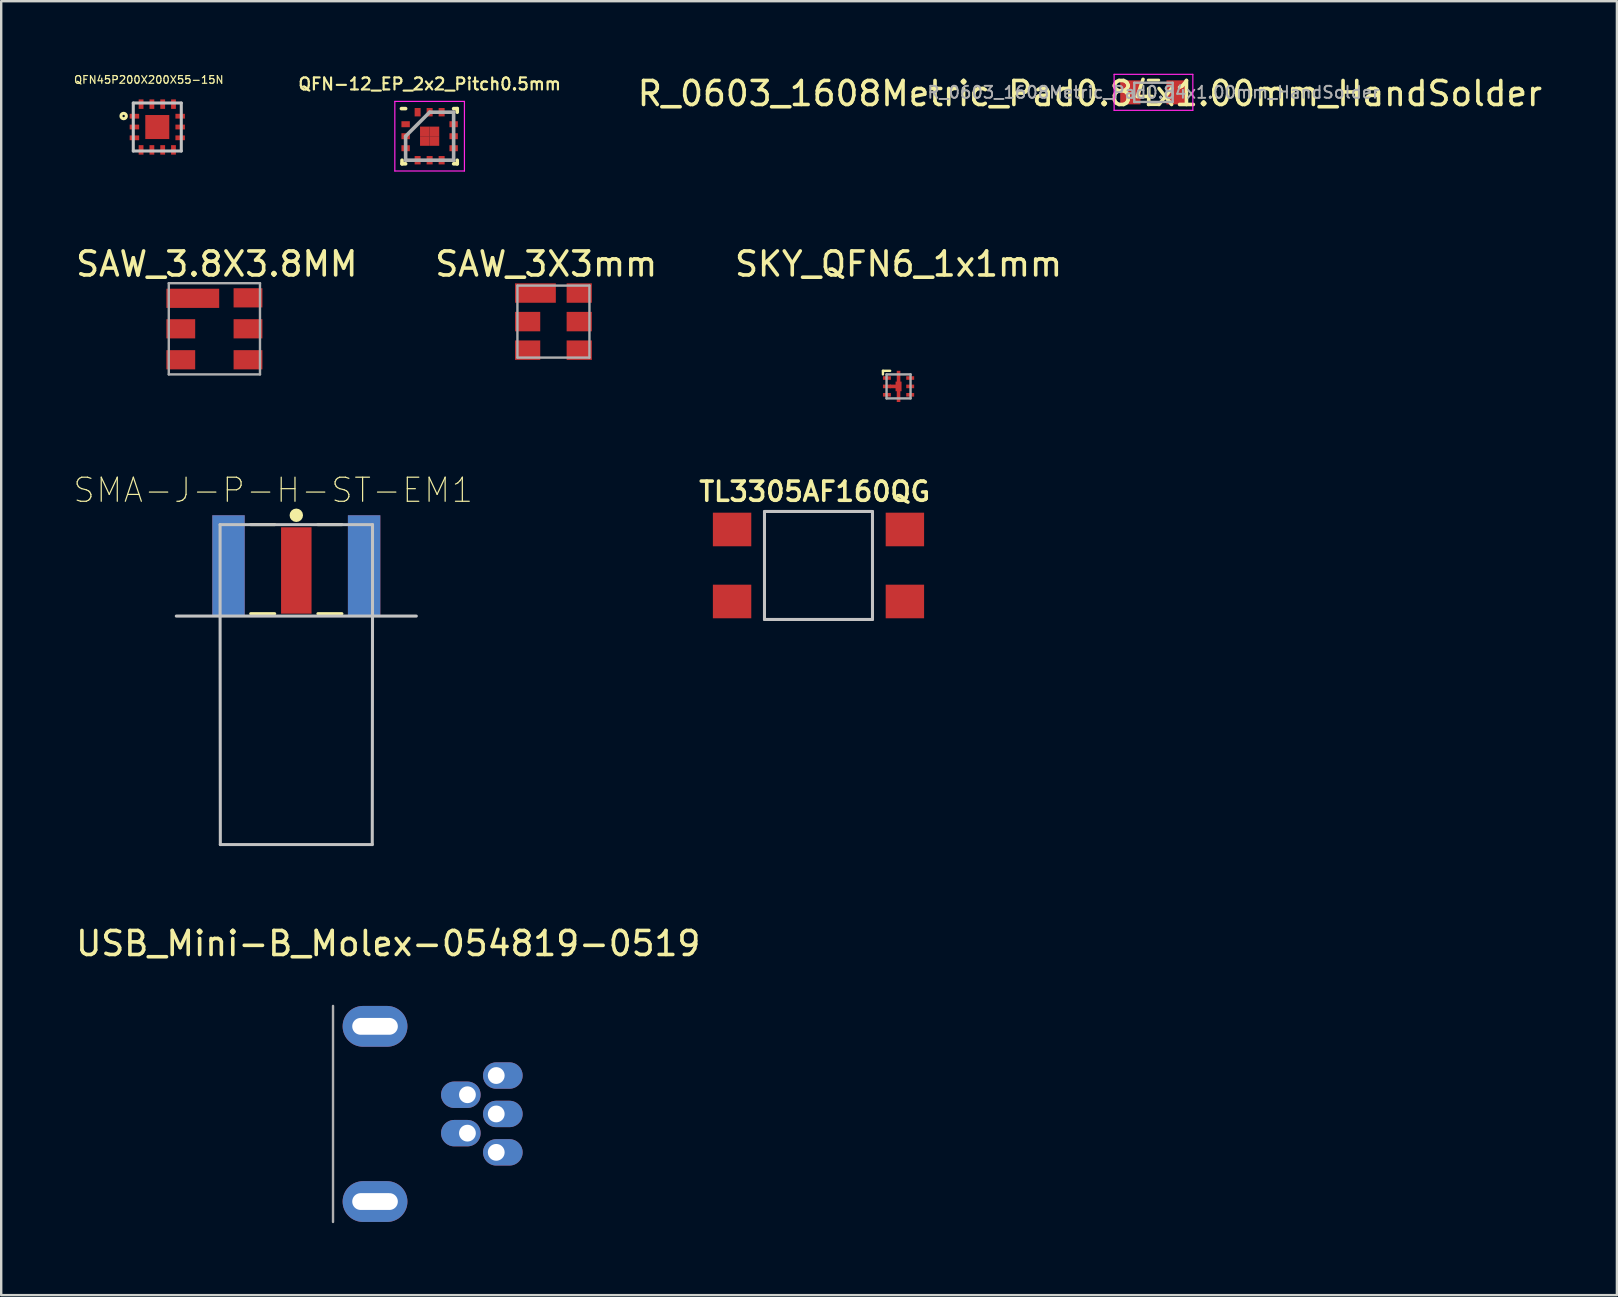
<source format=kicad_pcb>
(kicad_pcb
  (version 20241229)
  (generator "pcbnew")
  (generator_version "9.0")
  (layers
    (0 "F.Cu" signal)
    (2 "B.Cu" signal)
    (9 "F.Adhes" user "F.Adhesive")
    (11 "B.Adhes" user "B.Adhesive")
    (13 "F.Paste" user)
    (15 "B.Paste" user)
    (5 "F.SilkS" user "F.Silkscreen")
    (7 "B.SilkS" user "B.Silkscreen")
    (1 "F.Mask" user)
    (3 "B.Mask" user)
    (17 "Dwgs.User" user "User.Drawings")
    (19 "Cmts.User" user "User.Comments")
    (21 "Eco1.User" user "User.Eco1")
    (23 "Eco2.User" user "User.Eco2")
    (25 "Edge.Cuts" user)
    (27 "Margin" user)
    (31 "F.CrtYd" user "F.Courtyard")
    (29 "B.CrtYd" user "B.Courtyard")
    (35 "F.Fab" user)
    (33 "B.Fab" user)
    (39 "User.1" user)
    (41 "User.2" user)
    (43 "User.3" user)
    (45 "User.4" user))
  (footprint "SKY_QFN6_1x1mm"
    (layer "F.Cu")
    (at 34.387 13.049)
    (property "Reference" "SKY_QFN6_1x1mm" (at 0 -5.1 0) (layer "F.SilkS") (effects (font (size 1 1) (thickness 0.15))))
    (attr through_hole)
    (fp_line (start -0.65 -0.65) (end -0.65 -0.5) (stroke (width 0.1) (type solid)) (layer "F.SilkS"))
    (fp_line (start -0.35 -0.65) (end -0.65 -0.65) (stroke (width 0.1) (type solid)) (layer "F.SilkS"))
    (fp_line (start -0.5 -0.5) (end -0.5 0.5) (stroke (width 0.1) (type solid)) (layer "F.Fab"))
    (fp_line (start -0.5 -0.5) (end 0.5 -0.5) (stroke (width 0.1) (type solid)) (layer "F.Fab"))
    (fp_line (start -0.5 0.5) (end 0.5 0.5) (stroke (width 0.1) (type solid)) (layer "F.Fab"))
    (fp_line (start 0.5 -0.5) (end 0.5 0.5) (stroke (width 0.1) (type solid)) (layer "F.Fab"))
    (pad "1" smd rect (at -0.485 -0.35 90) (size 0.15 0.33) (layers "F.Cu" "F.Mask" "F.Paste"))
    (pad "2" smd rect (at -0.485 0 90) (size 0.15 0.33) (layers "F.Cu" "F.Mask" "F.Paste"))
    (pad "2" smd rect (at -0.2 0 90) (size 0.15 0.33) (layers "F.Cu" "F.Mask" "F.Paste"))
    (pad "2" smd rect (at 0 -0.4 180) (size 0.15 0.5) (layers "F.Cu" "F.Mask" "F.Paste"))
    (pad "2" smd rect (at 0 0 180) (size 0.25 0.4) (layers "F.Cu" "F.Mask" "F.Paste"))
    (pad "2" smd rect (at 0 0.4 180) (size 0.15 0.5) (layers "F.Cu" "F.Mask" "F.Paste"))
    (pad "3" smd rect (at -0.485 0.35 90) (size 0.15 0.33) (layers "F.Cu" "F.Mask" "F.Paste"))
    (pad "4" smd rect (at 0.485 0.35 90) (size 0.15 0.33) (layers "F.Cu" "F.Mask" "F.Paste"))
    (pad "5" smd rect (at 0.485 0 90) (size 0.15 0.33) (layers "F.Cu" "F.Mask" "F.Paste"))
    (pad "6" smd rect (at 0.485 -0.35 90) (size 0.15 0.33) (layers "F.Cu" "F.Mask" "F.Paste")))
  (footprint "R_0603_1608Metric_Pad0.84x1.00mm_HandSolder"
    (layer "F.Cu")
    (at 45.008 0.798)
    (property "Reference" "R_0603_1608Metric_Pad0.84x1.00mm_HandSolder" (at -2.65 0.05 0) (layer "F.SilkS") (effects (font (size 1 1) (thickness 0.15))))
    (attr smd)
    (fp_line (start -0.22 -0.51) (end 0.22 -0.51) (stroke (width 0.12) (type solid)) (layer "F.SilkS"))
    (fp_line (start -0.22 0.51) (end 0.22 0.51) (stroke (width 0.12) (type solid)) (layer "F.SilkS"))
    (fp_line (start -1.64 -0.75) (end 1.64 -0.75) (stroke (width 0.05) (type solid)) (layer "F.CrtYd"))
    (fp_line (start -1.64 0.75) (end -1.64 -0.75) (stroke (width 0.05) (type solid)) (layer "F.CrtYd"))
    (fp_line (start 1.64 -0.75) (end 1.64 0.75) (stroke (width 0.05) (type solid)) (layer "F.CrtYd"))
    (fp_line (start 1.64 0.75) (end -1.64 0.75) (stroke (width 0.05) (type solid)) (layer "F.CrtYd"))
    (fp_line (start -0.8 -0.4) (end 0.8 -0.4) (stroke (width 0.1) (type solid)) (layer "F.Fab"))
    (fp_line (start -0.8 0.4) (end -0.8 -0.4) (stroke (width 0.1) (type solid)) (layer "F.Fab"))
    (fp_line (start 0.8 -0.4) (end 0.8 0.4) (stroke (width 0.1) (type solid)) (layer "F.Fab"))
    (fp_line (start 0.8 0.4) (end -0.8 0.4) (stroke (width 0.1) (type solid)) (layer "F.Fab"))
    (fp_text user "${REFERENCE}" (at 0 0 0) (layer "F.Fab") (effects (font (size 0.5 0.5) (thickness 0.08))))
    (pad "1" smd rect (at -0.963 0) (size 0.845 1) (layers "F.Cu" "F.Mask" "F.Paste"))
    (pad "2" smd rect (at 0.963 0) (size 0.845 1) (layers "F.Cu" "F.Mask" "F.Paste")))
  (footprint "QFN-12_EP_2x2_Pitch0.5mm"
    (layer "F.Cu")
    (at 14.85 2.625)
    (property "Reference" "QFN-12_EP_2x2_Pitch0.5mm" (at 0 -2.175 0) (layer "F.SilkS") (effects (font (size 0.5 0.5) (thickness 0.09))))
    (attr smd)
    (fp_line (start -1.15 1.15) (end -1.15 1) (stroke (width 0.15) (type solid)) (layer "F.SilkS"))
    (fp_line (start -1 -1.15) (end -1.175 -1.15) (stroke (width 0.15) (type solid)) (layer "F.SilkS"))
    (fp_line (start -1 1.15) (end -1.15 1.15) (stroke (width 0.15) (type solid)) (layer "F.SilkS"))
    (fp_line (start 1 -1.15) (end 1.15 -1.15) (stroke (width 0.15) (type solid)) (layer "F.SilkS"))
    (fp_line (start 1 1.15) (end 1.15 1.15) (stroke (width 0.15) (type solid)) (layer "F.SilkS"))
    (fp_line (start 1.15 -1.15) (end 1.15 -1) (stroke (width 0.15) (type solid)) (layer "F.SilkS"))
    (fp_line (start 1.15 1.15) (end 1.15 1) (stroke (width 0.15) (type solid)) (layer "F.SilkS"))
    (fp_line (start -1.45 -1.45) (end 1.45 -1.45) (stroke (width 0.05) (type solid)) (layer "F.CrtYd"))
    (fp_line (start -1.45 1.45) (end -1.45 -1.45) (stroke (width 0.05) (type solid)) (layer "F.CrtYd"))
    (fp_line (start 1.45 -1.45) (end 1.45 1.45) (stroke (width 0.05) (type solid)) (layer "F.CrtYd"))
    (fp_line (start 1.45 1.45) (end -1.45 1.45) (stroke (width 0.05) (type solid)) (layer "F.CrtYd"))
    (fp_line (start -1 0) (end -1 1) (stroke (width 0.15) (type solid)) (layer "F.Fab"))
    (fp_line (start -1 1) (end 1 1) (stroke (width 0.15) (type solid)) (layer "F.Fab"))
    (fp_line (start 0 -1) (end -1 0) (stroke (width 0.15) (type solid)) (layer "F.Fab"))
    (fp_line (start 1 -1) (end 0 -1) (stroke (width 0.15) (type solid)) (layer "F.Fab"))
    (fp_line (start 1 1) (end 1 -1) (stroke (width 0.15) (type solid)) (layer "F.Fab"))
    (pad "1" smd rect (at -1 -0.5 90) (size 0.25 0.35) (layers "F.Cu" "F.Mask" "F.Paste"))
    (pad "2" smd rect (at -1 0 90) (size 0.25 0.35) (layers "F.Cu" "F.Mask" "F.Paste"))
    (pad "3" smd rect (at -1 0.5 90) (size 0.25 0.35) (layers "F.Cu" "F.Mask" "F.Paste"))
    (pad "4" smd rect (at -0.5 1) (size 0.25 0.35) (layers "F.Cu" "F.Mask" "F.Paste"))
    (pad "5" smd rect (at 0 1) (size 0.25 0.35) (layers "F.Cu" "F.Mask" "F.Paste"))
    (pad "6" smd rect (at 0.5 1) (size 0.25 0.35) (layers "F.Cu" "F.Mask" "F.Paste"))
    (pad "7" smd rect (at 1 0.5 90) (size 0.25 0.35) (layers "F.Cu" "F.Mask" "F.Paste"))
    (pad "8" smd rect (at 1 0 90) (size 0.25 0.35) (layers "F.Cu" "F.Mask" "F.Paste"))
    (pad "9" smd rect (at 1 -0.5 90) (size 0.25 0.35) (layers "F.Cu" "F.Mask" "F.Paste"))
    (pad "10" smd rect (at 0.5 -1) (size 0.25 0.35) (layers "F.Cu" "F.Mask" "F.Paste"))
    (pad "11" smd rect (at 0 -1) (size 0.25 0.35) (layers "F.Cu" "F.Mask" "F.Paste"))
    (pad "12" smd rect (at -0.5 -1) (size 0.25 0.35) (layers "F.Cu" "F.Mask" "F.Paste"))
    (pad "13" smd rect (at -0.2 -0.2) (size 0.4 0.4) (layers "F.Cu" "F.Mask" "F.Paste"))
    (pad "13" smd rect (at -0.2 0.2) (size 0.4 0.4) (layers "F.Cu" "F.Mask" "F.Paste"))
    (pad "13" smd rect (at 0.2 -0.2) (size 0.4 0.4) (layers "F.Cu" "F.Mask" "F.Paste"))
    (pad "13" smd rect (at 0.2 0.2) (size 0.4 0.4) (layers "F.Cu" "F.Mask" "F.Paste")))
  (footprint "SAW_3.8X3.8MM"
    (layer "F.Cu")
    (at 5.882 10.649)
    (property "Reference" "SAW_3.8X3.8MM" (at 0.1 -2.7 0) (layer "F.SilkS") (effects (font (size 1 1) (thickness 0.15))))
    (attr through_hole)
    (fp_line (start -1.9 -1.9) (end -1.9 1.9) (stroke (width 0.1) (type solid)) (layer "F.Fab"))
    (fp_line (start -1.9 1.9) (end 1.9 1.9) (stroke (width 0.1) (type solid)) (layer "F.Fab"))
    (fp_line (start 1.9 -1.9) (end -1.9 -1.9) (stroke (width 0.1) (type solid)) (layer "F.Fab"))
    (fp_line (start 1.9 1.9) (end 1.9 -1.9) (stroke (width 0.1) (type solid)) (layer "F.Fab"))
    (pad "1" smd rect (at -0.9 -1.27) (size 2.2 0.8) (layers "F.Cu" "F.Mask" "F.Paste"))
    (pad "2" smd rect (at -1.4 0) (size 1.2 0.8) (layers "F.Cu" "F.Mask" "F.Paste"))
    (pad "3" smd rect (at -1.4 1.29) (size 1.2 0.8) (layers "F.Cu" "F.Mask" "F.Paste"))
    (pad "4" smd rect (at 1.4 1.29) (size 1.2 0.8) (layers "F.Cu" "F.Mask" "F.Paste"))
    (pad "5" smd rect (at 1.4 0) (size 1.2 0.8) (layers "F.Cu" "F.Mask" "F.Paste"))
    (pad "6" smd rect (at 1.4 -1.29) (size 1.2 0.8) (layers "F.Cu" "F.Mask" "F.Paste")))
  (footprint "USB_Mini-B_Molex-054819-0519"
    (layer "F.Cu")
    (at 10.825 43.361)
    (property "Reference" "USB_Mini-B_Molex-054819-0519" (at 2.3 -7.1 0) (layer "F.SilkS") (effects (font (size 1 1) (thickness 0.15))))
    (attr through_hole)
    (fp_line (start 0 -4.5) (end 0 4.5) (stroke (width 0.1) (type solid)) (layer "F.Fab"))
    (pad "1" thru_hole oval (at 6.8 -1.6 90) (size 1.1 1.65) (drill 0.7 (offset 0 0.275)) (layers "*.Cu" "*.Mask"))
    (pad "2" thru_hole oval (at 5.6 -0.8 270) (size 1.1 1.65) (drill 0.7 (offset 0 0.275)) (layers "*.Cu" "*.Mask"))
    (pad "3" thru_hole oval (at 6.8 0 90) (size 1.1 1.65) (drill 0.7 (offset 0 0.275)) (layers "*.Cu" "*.Mask"))
    (pad "4" thru_hole oval (at 5.6 0.8 270) (size 1.1 1.65) (drill 0.7 (offset 0 0.275)) (layers "*.Cu" "*.Mask"))
    (pad "5" thru_hole oval (at 6.8 1.6 90) (size 1.1 1.65) (drill 0.7 (offset 0 0.275)) (layers "*.Cu" "*.Mask"))
    (pad "6" thru_hole oval (at 1.75 -3.65 180) (size 2.7 1.7) (drill oval 1.9 0.7) (layers "*.Cu" "*.Mask"))
    (pad "6" thru_hole oval (at 1.75 3.65 180) (size 2.7 1.7) (drill oval 1.9 0.7) (layers "*.Cu" "*.Mask")))
  (footprint "SAW_3X3mm"
    (layer "F.Cu")
    (at 20.008 10.349)
    (property "Reference" "SAW_3X3mm" (at -0.3 -2.4 0) (layer "F.SilkS") (effects (font (size 1 1) (thickness 0.15))))
    (attr through_hole)
    (fp_line (start -1.5 -1.5) (end -1.5 1.5) (stroke (width 0.1) (type solid)) (layer "F.Fab"))
    (fp_line (start -1.5 1.5) (end 1.5 1.5) (stroke (width 0.1) (type solid)) (layer "F.Fab"))
    (fp_line (start 1.5 -1.5) (end -1.5 -1.5) (stroke (width 0.1) (type solid)) (layer "F.Fab"))
    (fp_line (start 1.5 1.5) (end 1.5 -1.5) (stroke (width 0.1) (type solid)) (layer "F.Fab"))
    (pad "1" smd rect (at -0.75 -1.19) (size 1.7 0.81) (layers "F.Cu" "F.Mask" "F.Paste"))
    (pad "2" smd rect (at -1.075 0) (size 1.05 0.81) (layers "F.Cu" "F.Mask" "F.Paste"))
    (pad "3" smd rect (at -1.075 1.19) (size 1.05 0.81) (layers "F.Cu" "F.Mask" "F.Paste"))
    (pad "4" smd rect (at 1.075 1.19) (size 1.05 0.81) (layers "F.Cu" "F.Mask" "F.Paste"))
    (pad "5" smd rect (at 1.075 0) (size 1.05 0.81) (layers "F.Cu" "F.Mask" "F.Paste"))
    (pad "6" smd rect (at 1.075 -1.19) (size 1.05 0.81) (layers "F.Cu" "F.Mask" "F.Paste")))
  (footprint "QFN45P200X200X55-15N"
    (layer "F.Cu")
    (at 3.503 2.242)
    (property "Reference" "QFN45P200X200X55-15N" (at -0.353 -1.968 0) (layer "F.SilkS") (effects (font (size 0.318 0.318) (thickness 0.05))))
    (attr smd)
    (fp_circle (center -1.401 -0.458) (end -1.351 -0.458) (stroke (width 0.127) (type solid)) (fill no) (layer "F.SilkS"))
    (fp_line (start -1 -1) (end 1 -1) (stroke (width 0.127) (type solid)) (layer "Dwgs.User"))
    (fp_line (start -1 1) (end -1 -1) (stroke (width 0.127) (type solid)) (layer "Dwgs.User"))
    (fp_line (start 1 -1) (end 1 1) (stroke (width 0.127) (type solid)) (layer "Dwgs.User"))
    (fp_line (start 1 1) (end -1 1) (stroke (width 0.127) (type solid)) (layer "Dwgs.User"))
    (fp_line (start -1.4 -1.4) (end 1.4 -1.4) (stroke (width 0.05) (type solid)) (layer "Eco1.User"))
    (fp_line (start -1.4 1.4) (end -1.4 -1.4) (stroke (width 0.05) (type solid)) (layer "Eco1.User"))
    (fp_line (start 1.4 -1.4) (end 1.4 1.4) (stroke (width 0.05) (type solid)) (layer "Eco1.User"))
    (fp_line (start 1.4 1.4) (end -1.4 1.4) (stroke (width 0.05) (type solid)) (layer "Eco1.User"))
    (pad "1" smd rect (at -0.953 -0.45 180) (size 0.395 0.2) (layers "F.Cu" "F.Mask" "F.Paste"))
    (pad "2" smd rect (at -0.953 0 180) (size 0.395 0.2) (layers "F.Cu" "F.Mask" "F.Paste"))
    (pad "3" smd rect (at -0.953 0.45 180) (size 0.395 0.2) (layers "F.Cu" "F.Mask" "F.Paste"))
    (pad "4" smd rect (at -0.675 0.953 270) (size 0.395 0.2) (layers "F.Cu" "F.Mask" "F.Paste"))
    (pad "5" smd rect (at -0.225 0.953 90) (size 0.395 0.2) (layers "F.Cu" "F.Mask" "F.Paste"))
    (pad "6" smd rect (at 0.225 0.953 90) (size 0.395 0.2) (layers "F.Cu" "F.Mask" "F.Paste"))
    (pad "7" smd rect (at 0.675 0.953 90) (size 0.395 0.2) (layers "F.Cu" "F.Mask" "F.Paste"))
    (pad "8" smd rect (at 0.953 0.45 180) (size 0.395 0.2) (layers "F.Cu" "F.Mask" "F.Paste"))
    (pad "9" smd rect (at 0.953 0 180) (size 0.395 0.2) (layers "F.Cu" "F.Mask" "F.Paste"))
    (pad "10" smd rect (at 0.953 -0.45 180) (size 0.395 0.2) (layers "F.Cu" "F.Mask" "F.Paste"))
    (pad "11" smd rect (at 0.675 -0.953 90) (size 0.395 0.2) (layers "F.Cu" "F.Mask" "F.Paste"))
    (pad "12" smd rect (at 0.225 -0.953 90) (size 0.395 0.2) (layers "F.Cu" "F.Mask" "F.Paste"))
    (pad "13" smd rect (at -0.225 -0.953 90) (size 0.395 0.2) (layers "F.Cu" "F.Mask" "F.Paste"))
    (pad "14" smd rect (at -0.675 -0.953 90) (size 0.395 0.2) (layers "F.Cu" "F.Mask" "F.Paste"))
    (pad "15" smd rect (at 0 0) (size 1 1) (layers "F.Cu" "F.Mask" "F.Paste")))
  (footprint "TL3305AF160QG"
    (layer "F.Cu")
    (at 31.051 20.51)
    (property "Reference" "TL3305AF160QG" (at -0.16 -3.08 0) (layer "F.SilkS") (effects (font (size 0.8 0.8) (thickness 0.15))))
    (attr smd)
    (fp_line (start -2.25 -2.25) (end -2.25 2.25) (stroke (width 0.127) (type solid)) (layer "Dwgs.User"))
    (fp_line (start -2.25 2.25) (end 2.25 2.25) (stroke (width 0.127) (type solid)) (layer "Dwgs.User"))
    (fp_line (start 2.25 -2.25) (end -2.25 -2.25) (stroke (width 0.127) (type solid)) (layer "Dwgs.User"))
    (fp_line (start 2.25 2.25) (end 2.25 -2.25) (stroke (width 0.127) (type solid)) (layer "Dwgs.User"))
    (pad "1" smd rect (at 3.6 1.5) (size 1.6 1.4) (layers "F.Cu" "F.Mask" "F.Paste"))
    (pad "2" smd rect (at -3.6 1.5) (size 1.6 1.4) (layers "F.Cu" "F.Mask" "F.Paste"))
    (pad "3" smd rect (at 3.6 -1.5) (size 1.6 1.4) (layers "F.Cu" "F.Mask" "F.Paste"))
    (pad "4" smd rect (at -3.6 -1.5) (size 1.6 1.4) (layers "F.Cu" "F.Mask" "F.Paste")))
  (footprint "SMA-J-P-H-ST-EM1"
    (layer "F.Cu")
    (at 9.295 20.718)
    (property "Reference" "SMA-J-P-H-ST-EM1" (at -0.963 -3.345 0) (layer "F.SilkS") (effects (font (size 1.003 1.003) (thickness 0.05))))
    (attr smd)
    (fp_line (start -1.9 -1.91) (end -0.9 -1.91) (stroke (width 0.127) (type solid)) (layer "F.SilkS"))
    (fp_line (start -1.9 1.8) (end -0.9 1.8) (stroke (width 0.127) (type solid)) (layer "F.SilkS"))
    (fp_line (start 0.9 -1.91) (end 1.9 -1.91) (stroke (width 0.127) (type solid)) (layer "F.SilkS"))
    (fp_line (start 0.9 1.8) (end 1.9 1.8) (stroke (width 0.127) (type solid)) (layer "F.SilkS"))
    (fp_circle (center 0 -2.3) (end 0.14 -2.3) (stroke (width 0.28) (type solid)) (fill no) (layer "F.SilkS"))
    (fp_line (start -5 1.9) (end -3.175 1.9) (stroke (width 0.127) (type solid)) (layer "Dwgs.User"))
    (fp_line (start -3.175 -1.91) (end 3.175 -1.91) (stroke (width 0.127) (type solid)) (layer "Dwgs.User"))
    (fp_line (start -3.175 1.9) (end -3.175 -1.91) (stroke (width 0.127) (type solid)) (layer "Dwgs.User"))
    (fp_line (start -3.175 1.9) (end 3.175 1.9) (stroke (width 0.127) (type solid)) (layer "Dwgs.User"))
    (fp_line (start -3.165 11.42) (end -3.175 1.9) (stroke (width 0.127) (type solid)) (layer "Dwgs.User"))
    (fp_line (start 3.165 11.42) (end -3.165 11.42) (stroke (width 0.127) (type solid)) (layer "Dwgs.User"))
    (fp_line (start 3.175 -1.91) (end 3.175 1.9) (stroke (width 0.127) (type solid)) (layer "Dwgs.User"))
    (fp_line (start 3.175 1.9) (end 3.165 11.42) (stroke (width 0.127) (type solid)) (layer "Dwgs.User"))
    (fp_line (start 3.175 1.9) (end 5 1.9) (stroke (width 0.127) (type solid)) (layer "Dwgs.User"))
    (fp_line (start -3.75 -2.55) (end 3.75 -2.55) (stroke (width 0.05) (type solid)) (layer "Eco1.User"))
    (fp_line (start -3.75 2.15) (end -3.75 -2.55) (stroke (width 0.05) (type solid)) (layer "Eco1.User"))
    (fp_line (start -3.425 2.15) (end -3.75 2.15) (stroke (width 0.05) (type solid)) (layer "Eco1.User"))
    (fp_line (start -3.425 11.67) (end -3.425 2.15) (stroke (width 0.05) (type solid)) (layer "Eco1.User"))
    (fp_line (start 3.425 2.15) (end 3.425 11.67) (stroke (width 0.05) (type solid)) (layer "Eco1.User"))
    (fp_line (start 3.425 11.67) (end -3.425 11.67) (stroke (width 0.05) (type solid)) (layer "Eco1.User"))
    (fp_line (start 3.75 -2.55) (end 3.75 2.15) (stroke (width 0.05) (type solid)) (layer "Eco1.User"))
    (fp_line (start 3.75 2.15) (end 3.425 2.15) (stroke (width 0.05) (type solid)) (layer "Eco1.User"))
    (fp_text user "PCB~{EDGE}" (at 4.306 1.702 0) (layer "Edge.Cuts") (effects (font (size 1 1) (thickness 0.05))))
    (fp_text user "BOARD~{THICKNESS:}1.57~{MM}" (at 4.105 -1.402 0) (layer "Edge.Cuts") (effects (font (size 1 1) (thickness 0.05))))
    (pad "1" smd rect (at 0 0) (size 1.27 3.6) (layers "F.Cu" "F.Mask" "F.Paste"))
    (pad "2_1" smd rect (at -2.825 -0.2) (size 1.35 4.2) (layers "F.Cu" "F.Mask" "F.Paste"))
    (pad "2_2" smd rect (at -2.825 -0.2) (size 1.35 4.2) (layers "F.Mask" "B.Cu" "F.Paste"))
    (pad "3_1" smd rect (at 2.825 -0.2) (size 1.35 4.2) (layers "F.Cu" "F.Mask" "F.Paste"))
    (pad "3_2" smd rect (at 2.825 -0.2) (size 1.35 4.2) (layers "F.Mask" "B.Cu" "F.Paste")))
  (gr_rect
    (start -3 -3)
    (end 64.316 50.911)
    (stroke (width 0.1) (type default))
    (fill no)
    (layer "Edge.Cuts")))
</source>
